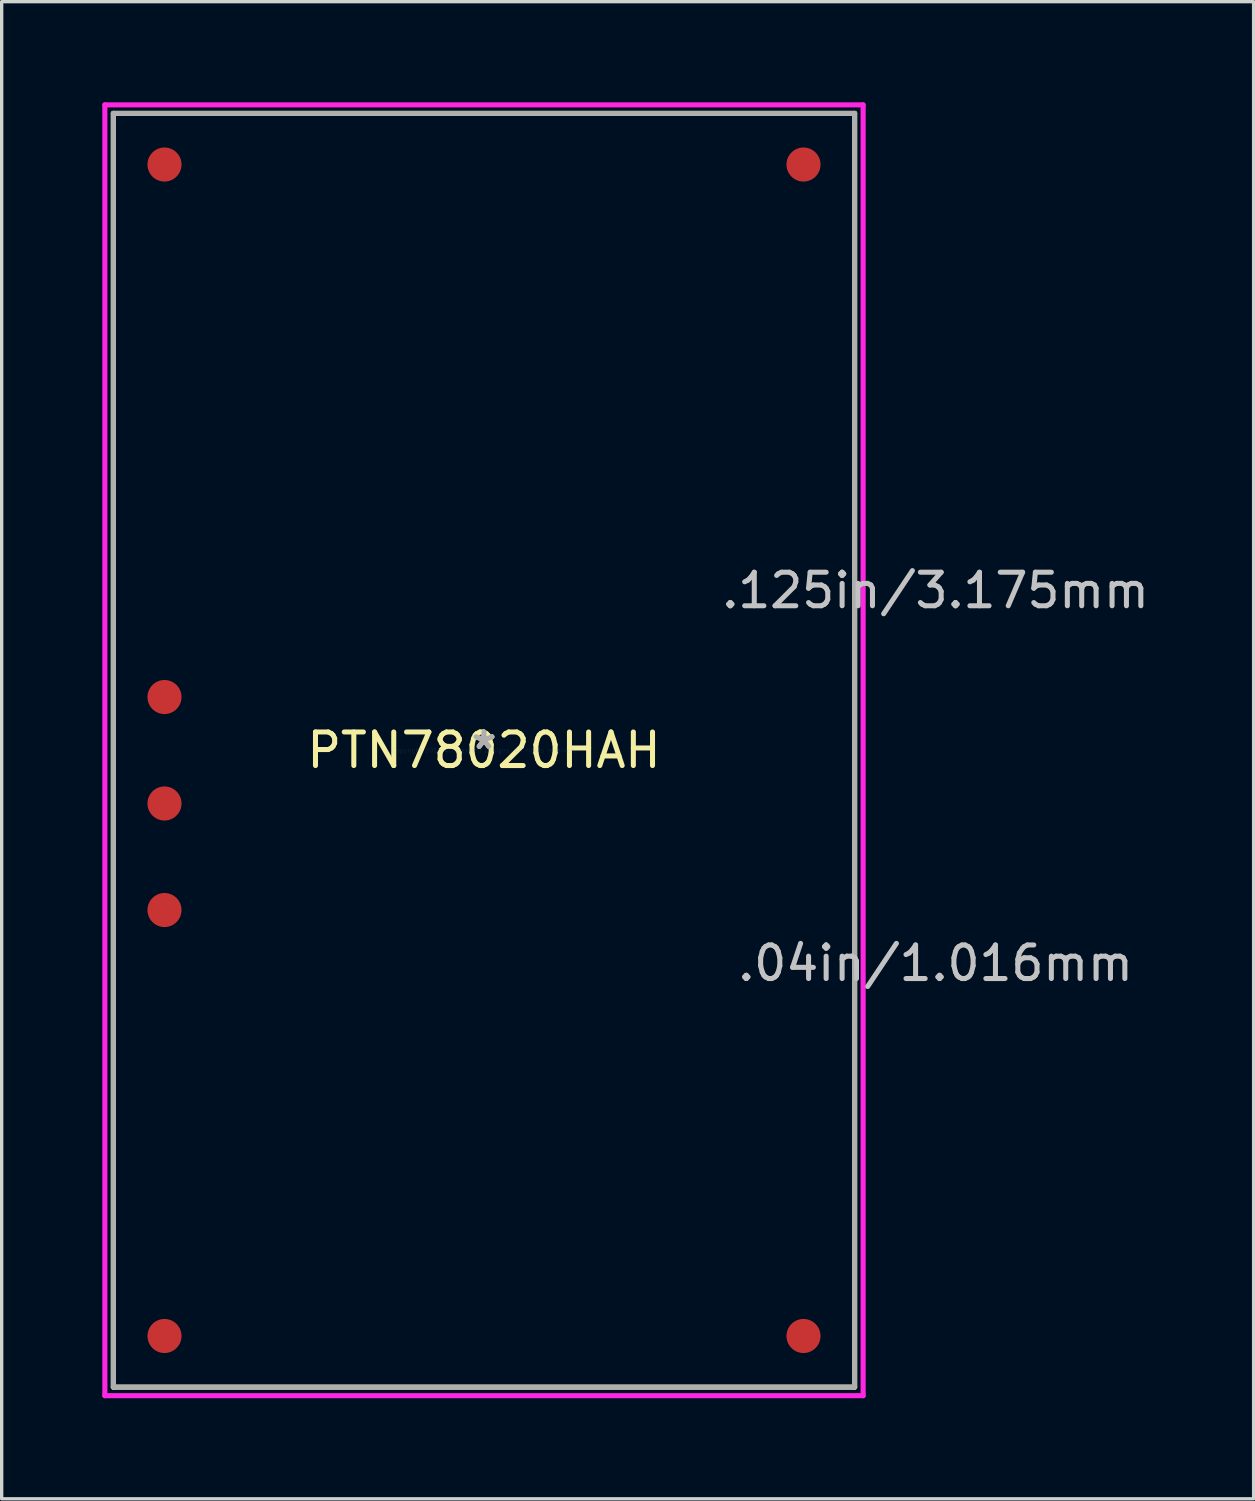
<source format=kicad_pcb>
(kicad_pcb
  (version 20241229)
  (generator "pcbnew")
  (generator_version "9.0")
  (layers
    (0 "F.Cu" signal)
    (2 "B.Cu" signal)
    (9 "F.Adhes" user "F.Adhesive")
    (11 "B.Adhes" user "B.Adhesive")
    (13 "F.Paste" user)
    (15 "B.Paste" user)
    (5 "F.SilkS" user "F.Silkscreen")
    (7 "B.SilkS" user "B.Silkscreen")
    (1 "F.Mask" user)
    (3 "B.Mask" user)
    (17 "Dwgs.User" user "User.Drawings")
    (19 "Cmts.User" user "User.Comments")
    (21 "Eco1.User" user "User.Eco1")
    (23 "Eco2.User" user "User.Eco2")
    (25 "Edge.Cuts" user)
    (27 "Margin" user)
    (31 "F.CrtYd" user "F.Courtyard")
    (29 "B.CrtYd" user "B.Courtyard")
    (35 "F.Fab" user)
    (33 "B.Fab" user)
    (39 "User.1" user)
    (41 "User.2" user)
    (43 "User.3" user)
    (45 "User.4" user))
  (footprint "PTN78020HAH"
    (layer "F.Cu")
    (at 11.379 19.317)
    (property "Reference" "PTN78020HAH" (at 0 0 0) (layer "F.SilkS") (effects (font (size 1 1) (thickness 0.15))))
    (attr through_hole)
    (fp_line (start -11.049 -18.986) (end -11.049 18.986) (stroke (width 0.152) (type solid)) (layer "F.SilkS"))
    (fp_line (start -11.049 18.986) (end 11.049 18.986) (stroke (width 0.152) (type solid)) (layer "F.SilkS"))
    (fp_line (start 11.049 -18.986) (end -11.049 -18.986) (stroke (width 0.152) (type solid)) (layer "F.SilkS"))
    (fp_line (start 11.049 18.986) (end 11.049 -18.986) (stroke (width 0.152) (type solid)) (layer "F.SilkS"))
    (fp_line (start -11.303 -19.241) (end 11.303 -19.241) (stroke (width 0.152) (type solid)) (layer "F.CrtYd"))
    (fp_line (start -11.303 19.241) (end -11.303 -19.241) (stroke (width 0.152) (type solid)) (layer "F.CrtYd"))
    (fp_line (start 11.303 -19.241) (end 11.303 19.241) (stroke (width 0.152) (type solid)) (layer "F.CrtYd"))
    (fp_line (start 11.303 19.241) (end -11.303 19.241) (stroke (width 0.152) (type solid)) (layer "F.CrtYd"))
    (fp_line (start -11.049 -18.986) (end -11.049 18.986) (stroke (width 0.152) (type solid)) (layer "F.Fab"))
    (fp_line (start -11.049 18.986) (end 11.049 18.986) (stroke (width 0.152) (type solid)) (layer "F.Fab"))
    (fp_line (start 11.049 -18.986) (end -11.049 -18.986) (stroke (width 0.152) (type solid)) (layer "F.Fab"))
    (fp_line (start 11.049 18.986) (end 11.049 -18.986) (stroke (width 0.152) (type solid)) (layer "F.Fab"))
    (fp_text user "*" (at 0 0 0) (layer "F.SilkS") (effects (font (size 1 1) (thickness 0.15))))
    (fp_text user ".04in/1.016mm" (at 13.462 6.35 0) (layer "Dwgs.User") (effects (font (size 1 1) (thickness 0.15))))
    (fp_text user ".125in/3.175mm" (at 13.462 -4.763 0) (layer "Dwgs.User") (effects (font (size 1 1) (thickness 0.15))))
    (fp_text user "Copyright 2016 Accelerated Designs. All rights reserved." (at 0 0 0) (layer "Cmts.User") (effects (font (size 0.127 0.127) (thickness 0.002))))
    (fp_text user "*" (at 0 0 0) (layer "F.Fab") (effects (font (size 1 1) (thickness 0.15))))
    (pad "1" smd circle (at 9.525 17.462) (size 1.016 1.016) (layers "F.Cu" "F.Mask" "F.Paste"))
    (pad "2" smd circle (at -9.525 17.462) (size 1.016 1.016) (layers "F.Cu" "F.Mask" "F.Paste"))
    (pad "3" smd circle (at -9.525 4.763) (size 1.016 1.016) (layers "F.Cu" "F.Mask" "F.Paste"))
    (pad "4" smd circle (at -9.525 1.587) (size 1.016 1.016) (layers "F.Cu" "F.Mask" "F.Paste"))
    (pad "5" smd circle (at -9.525 -1.587) (size 1.016 1.016) (layers "F.Cu" "F.Mask" "F.Paste"))
    (pad "6" smd circle (at -9.525 -17.462) (size 1.016 1.016) (layers "F.Cu" "F.Mask" "F.Paste"))
    (pad "7" smd circle (at 9.525 -17.462) (size 1.016 1.016) (layers "F.Cu" "F.Mask" "F.Paste")))
  (gr_rect
    (start -3 -3)
    (end 34.323 41.633)
    (stroke (width 0.1) (type default))
    (fill no)
    (layer "Edge.Cuts")))
</source>
